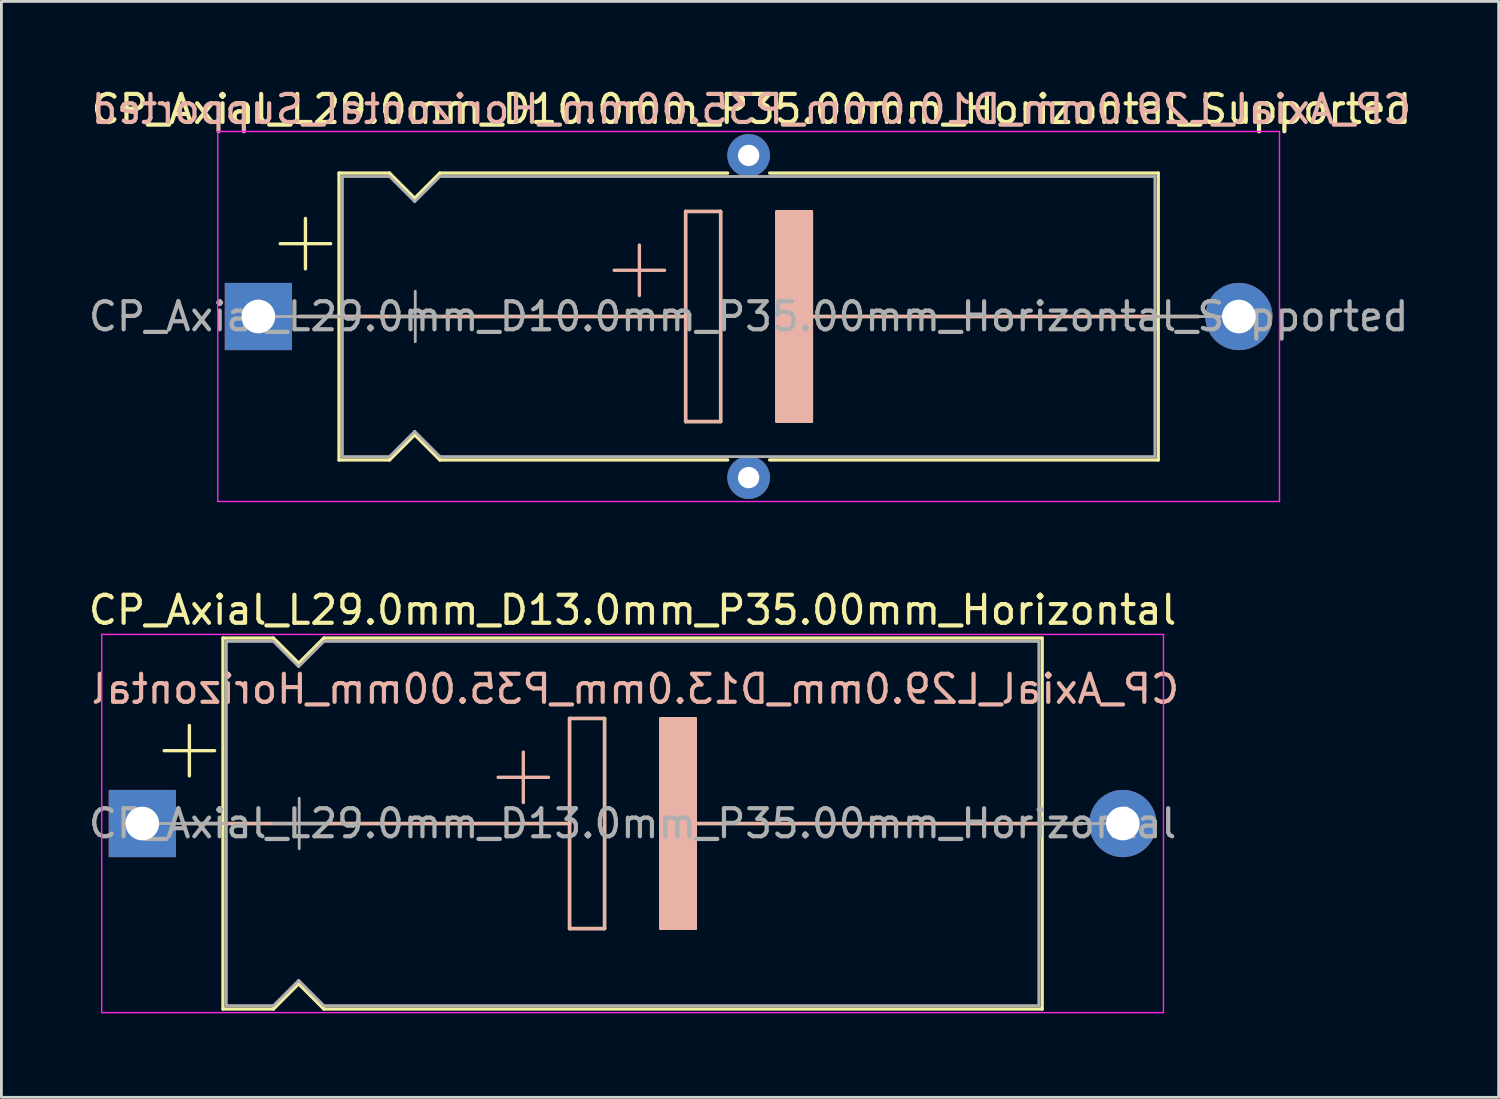
<source format=kicad_pcb>
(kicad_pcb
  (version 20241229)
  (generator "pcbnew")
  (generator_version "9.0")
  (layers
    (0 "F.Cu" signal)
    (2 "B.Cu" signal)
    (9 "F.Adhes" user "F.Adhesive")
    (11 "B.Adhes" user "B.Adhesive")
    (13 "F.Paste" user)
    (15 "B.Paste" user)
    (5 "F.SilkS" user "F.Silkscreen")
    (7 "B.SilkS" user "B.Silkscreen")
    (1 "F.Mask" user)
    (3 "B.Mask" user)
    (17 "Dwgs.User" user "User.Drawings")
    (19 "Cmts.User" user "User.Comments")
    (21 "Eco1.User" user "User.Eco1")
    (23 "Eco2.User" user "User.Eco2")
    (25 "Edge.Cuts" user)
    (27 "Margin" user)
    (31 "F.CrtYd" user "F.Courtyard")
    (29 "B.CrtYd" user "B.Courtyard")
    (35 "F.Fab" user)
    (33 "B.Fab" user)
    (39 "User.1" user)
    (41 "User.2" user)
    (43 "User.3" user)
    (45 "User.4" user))
  (footprint "CP_Axial_L29.0mm_D13.0mm_P35.00mm_Horizontal"
    (layer "F.Cu")
    (at 2.03 26.346)
    (property "Reference" "CP_Axial_L29.0mm_D13.0mm_P35.00mm_Horizontal" (at 17.5 -7.62 0) (layer "F.SilkS") (effects (font (size 1 1) (thickness 0.15))))
    (fp_line (start 0.78 -2.6) (end 2.58 -2.6) (stroke (width 0.12) (type solid)) (layer "F.SilkS"))
    (fp_line (start 1.44 0) (end 2.88 0) (stroke (width 0.12) (type solid)) (layer "F.SilkS"))
    (fp_line (start 1.68 -3.5) (end 1.68 -1.7) (stroke (width 0.12) (type solid)) (layer "F.SilkS"))
    (fp_line (start 2.88 -6.62) (end 2.88 6.62) (stroke (width 0.12) (type solid)) (layer "F.SilkS"))
    (fp_line (start 2.88 -6.62) (end 4.68 -6.62) (stroke (width 0.12) (type solid)) (layer "F.SilkS"))
    (fp_line (start 2.88 0) (end 15.25 0) (stroke (width 0.12) (type solid)) (layer "F.SilkS"))
    (fp_line (start 2.88 6.62) (end 4.68 6.62) (stroke (width 0.12) (type solid)) (layer "F.SilkS"))
    (fp_line (start 4.68 -6.62) (end 5.58 -5.72) (stroke (width 0.12) (type solid)) (layer "F.SilkS"))
    (fp_line (start 4.68 6.62) (end 5.58 5.72) (stroke (width 0.12) (type solid)) (layer "F.SilkS"))
    (fp_line (start 5.58 -5.72) (end 6.48 -6.62) (stroke (width 0.12) (type solid)) (layer "F.SilkS"))
    (fp_line (start 5.58 5.72) (end 6.48 6.62) (stroke (width 0.12) (type solid)) (layer "F.SilkS"))
    (fp_line (start 6.48 -6.62) (end 32.12 -6.62) (stroke (width 0.12) (type solid)) (layer "F.SilkS"))
    (fp_line (start 6.48 6.62) (end 32.12 6.62) (stroke (width 0.12) (type solid)) (layer "F.SilkS"))
    (fp_line (start 15.25 -3.75) (end 16.5 -3.75) (stroke (width 0.12) (type solid)) (layer "F.SilkS"))
    (fp_line (start 15.25 0) (end 15.25 -3.75) (stroke (width 0.12) (type solid)) (layer "F.SilkS"))
    (fp_line (start 15.25 3.75) (end 15.25 0) (stroke (width 0.12) (type solid)) (layer "F.SilkS"))
    (fp_line (start 16.5 -3.75) (end 16.5 3.75) (stroke (width 0.12) (type solid)) (layer "F.SilkS"))
    (fp_line (start 16.5 3.75) (end 15.25 3.75) (stroke (width 0.12) (type solid)) (layer "F.SilkS"))
    (fp_line (start 19.75 0) (end 32.12 0) (stroke (width 0.12) (type solid)) (layer "F.SilkS"))
    (fp_line (start 32.12 -6.62) (end 32.12 6.62) (stroke (width 0.12) (type solid)) (layer "F.SilkS"))
    (fp_line (start 33.56 0) (end 32.12 0) (stroke (width 0.12) (type solid)) (layer "F.SilkS"))
    (fp_poly (pts (xy 19.75 3.75) (xy 18.5 3.75) (xy 18.5 -3.75) (xy 19.75 -3.75)) (stroke (width 0.1) (type solid)) (fill yes) (layer "F.SilkS"))
    (fp_line (start 1.45 0) (end 8.38 0) (stroke (width 0.12) (type solid)) (layer "B.SilkS"))
    (fp_line (start 8.38 0) (end 15.25 0) (stroke (width 0.12) (type solid)) (layer "B.SilkS"))
    (fp_line (start 13.6 -2.55) (end 13.6 -0.75) (stroke (width 0.12) (type solid)) (layer "B.SilkS"))
    (fp_line (start 14.5 -1.65) (end 12.7 -1.65) (stroke (width 0.12) (type solid)) (layer "B.SilkS"))
    (fp_line (start 15.25 -3.75) (end 16.5 -3.75) (stroke (width 0.12) (type solid)) (layer "B.SilkS"))
    (fp_line (start 15.25 0) (end 15.25 -3.75) (stroke (width 0.12) (type solid)) (layer "B.SilkS"))
    (fp_line (start 15.25 3.75) (end 15.25 0) (stroke (width 0.12) (type solid)) (layer "B.SilkS"))
    (fp_line (start 16.5 -3.75) (end 16.5 3.75) (stroke (width 0.12) (type solid)) (layer "B.SilkS"))
    (fp_line (start 16.5 3.75) (end 15.25 3.75) (stroke (width 0.12) (type solid)) (layer "B.SilkS"))
    (fp_line (start 19.75 0) (end 26.62 0) (stroke (width 0.12) (type solid)) (layer "B.SilkS"))
    (fp_line (start 33.55 0) (end 26.62 0) (stroke (width 0.12) (type solid)) (layer "B.SilkS"))
    (fp_poly (pts (xy 19.75 3.75) (xy 18.5 3.75) (xy 18.5 -3.75) (xy 19.75 -3.75)) (stroke (width 0.1) (type solid)) (fill yes) (layer "B.SilkS"))
    (fp_line (start -1.45 -6.75) (end -1.45 6.75) (stroke (width 0.05) (type solid)) (layer "F.CrtYd"))
    (fp_line (start -1.45 6.75) (end 36.45 6.75) (stroke (width 0.05) (type solid)) (layer "F.CrtYd"))
    (fp_line (start 36.45 -6.75) (end -1.45 -6.75) (stroke (width 0.05) (type solid)) (layer "F.CrtYd"))
    (fp_line (start 36.45 6.75) (end 36.45 -6.75) (stroke (width 0.05) (type solid)) (layer "F.CrtYd"))
    (fp_line (start 0 0) (end 3 0) (stroke (width 0.1) (type solid)) (layer "F.Fab"))
    (fp_line (start 3 -6.5) (end 3 6.5) (stroke (width 0.1) (type solid)) (layer "F.Fab"))
    (fp_line (start 3 -6.5) (end 4.68 -6.5) (stroke (width 0.1) (type solid)) (layer "F.Fab"))
    (fp_line (start 3 6.5) (end 4.68 6.5) (stroke (width 0.1) (type solid)) (layer "F.Fab"))
    (fp_line (start 4.68 -6.5) (end 5.58 -5.6) (stroke (width 0.1) (type solid)) (layer "F.Fab"))
    (fp_line (start 4.68 6.5) (end 5.58 5.6) (stroke (width 0.1) (type solid)) (layer "F.Fab"))
    (fp_line (start 4.7 0) (end 6.5 0) (stroke (width 0.1) (type solid)) (layer "F.Fab"))
    (fp_line (start 5.58 -5.6) (end 6.48 -6.5) (stroke (width 0.1) (type solid)) (layer "F.Fab"))
    (fp_line (start 5.58 5.6) (end 6.48 6.5) (stroke (width 0.1) (type solid)) (layer "F.Fab"))
    (fp_line (start 5.6 -0.9) (end 5.6 0.9) (stroke (width 0.1) (type solid)) (layer "F.Fab"))
    (fp_line (start 6.48 -6.5) (end 32 -6.5) (stroke (width 0.1) (type solid)) (layer "F.Fab"))
    (fp_line (start 6.48 6.5) (end 32 6.5) (stroke (width 0.1) (type solid)) (layer "F.Fab"))
    (fp_line (start 32 -6.5) (end 32 6.5) (stroke (width 0.1) (type solid)) (layer "F.Fab"))
    (fp_line (start 35 0) (end 32 0) (stroke (width 0.1) (type solid)) (layer "F.Fab"))
    (fp_text user "${REFERENCE}" (at 17.6 -4.8 0) (layer "B.SilkS") (effects (font (size 1 1) (thickness 0.15)) (justify mirror)))
    (fp_text user "${REFERENCE}" (at 17.5 0 0) (layer "F.Fab") (effects (font (size 1 1) (thickness 0.15))))
    (pad "1" thru_hole rect (at 0 0) (size 2.4 2.4) (drill 1.2) (layers "*.Cu" "*.Mask"))
    (pad "2" thru_hole oval (at 35 0) (size 2.4 2.4) (drill 1.2) (layers "*.Cu" "*.Mask")))
  (footprint "CP_Axial_L29.0mm_D10.0mm_P35.00mm_Horizontal_Supported"
    (layer "F.Cu")
    (at 6.173 8.248)
    (property "Reference" "CP_Axial_L29.0mm_D10.0mm_P35.00mm_Horizontal_Supported" (at 17.6 -7.4 0) (layer "F.SilkS") (effects (font (size 1 1) (thickness 0.15))))
    (fp_line (start 0.78 -2.6) (end 2.58 -2.6) (stroke (width 0.12) (type solid)) (layer "F.SilkS"))
    (fp_line (start 1.44 0) (end 2.88 0) (stroke (width 0.12) (type solid)) (layer "F.SilkS"))
    (fp_line (start 1.68 -3.5) (end 1.68 -1.7) (stroke (width 0.12) (type solid)) (layer "F.SilkS"))
    (fp_line (start 2.88 -5.12) (end 2.88 5.12) (stroke (width 0.12) (type solid)) (layer "F.SilkS"))
    (fp_line (start 2.88 -5.12) (end 4.68 -5.12) (stroke (width 0.12) (type solid)) (layer "F.SilkS"))
    (fp_line (start 2.88 0) (end 15.25 0) (stroke (width 0.12) (type solid)) (layer "F.SilkS"))
    (fp_line (start 2.88 5.12) (end 4.68 5.12) (stroke (width 0.12) (type solid)) (layer "F.SilkS"))
    (fp_line (start 4.68 -5.12) (end 5.58 -4.22) (stroke (width 0.12) (type solid)) (layer "F.SilkS"))
    (fp_line (start 4.68 5.12) (end 5.58 4.22) (stroke (width 0.12) (type solid)) (layer "F.SilkS"))
    (fp_line (start 5.58 -4.22) (end 6.48 -5.12) (stroke (width 0.12) (type solid)) (layer "F.SilkS"))
    (fp_line (start 5.58 4.22) (end 6.48 5.12) (stroke (width 0.12) (type solid)) (layer "F.SilkS"))
    (fp_line (start 6.48 -5.12) (end 16.75 -5.12) (stroke (width 0.12) (type solid)) (layer "F.SilkS"))
    (fp_line (start 6.48 5.12) (end 16.75 5.12) (stroke (width 0.12) (type solid)) (layer "F.SilkS"))
    (fp_line (start 15.25 -3.75) (end 16.5 -3.75) (stroke (width 0.12) (type solid)) (layer "F.SilkS"))
    (fp_line (start 15.25 0) (end 15.25 -3.75) (stroke (width 0.12) (type solid)) (layer "F.SilkS"))
    (fp_line (start 15.25 3.75) (end 15.25 0) (stroke (width 0.12) (type solid)) (layer "F.SilkS"))
    (fp_line (start 16.5 -3.75) (end 16.5 3.75) (stroke (width 0.12) (type solid)) (layer "F.SilkS"))
    (fp_line (start 16.5 3.75) (end 15.25 3.75) (stroke (width 0.12) (type solid)) (layer "F.SilkS"))
    (fp_line (start 18.25 -5.12) (end 32.12 -5.12) (stroke (width 0.12) (type solid)) (layer "F.SilkS"))
    (fp_line (start 18.25 5.12) (end 32.12 5.12) (stroke (width 0.12) (type solid)) (layer "F.SilkS"))
    (fp_line (start 19.75 0) (end 32.131 0) (stroke (width 0.12) (type solid)) (layer "F.SilkS"))
    (fp_line (start 32.12 -5.12) (end 32.12 5.12) (stroke (width 0.12) (type solid)) (layer "F.SilkS"))
    (fp_line (start 33.56 0) (end 32.12 0) (stroke (width 0.12) (type solid)) (layer "F.SilkS"))
    (fp_poly (pts (xy 19.75 3.75) (xy 18.5 3.75) (xy 18.5 -3.75) (xy 19.75 -3.75)) (stroke (width 0.1) (type solid)) (fill yes) (layer "F.SilkS"))
    (fp_line (start 1.45 0) (end 8.38 0) (stroke (width 0.12) (type solid)) (layer "B.SilkS"))
    (fp_line (start 8.38 0) (end 15.25 0) (stroke (width 0.12) (type solid)) (layer "B.SilkS"))
    (fp_line (start 13.6 -2.55) (end 13.6 -0.75) (stroke (width 0.12) (type solid)) (layer "B.SilkS"))
    (fp_line (start 14.5 -1.65) (end 12.7 -1.65) (stroke (width 0.12) (type solid)) (layer "B.SilkS"))
    (fp_line (start 15.25 -3.75) (end 16.5 -3.75) (stroke (width 0.12) (type solid)) (layer "B.SilkS"))
    (fp_line (start 15.25 0) (end 15.25 -3.75) (stroke (width 0.12) (type solid)) (layer "B.SilkS"))
    (fp_line (start 15.25 3.75) (end 15.25 0) (stroke (width 0.12) (type solid)) (layer "B.SilkS"))
    (fp_line (start 16.5 -3.75) (end 16.5 3.75) (stroke (width 0.12) (type solid)) (layer "B.SilkS"))
    (fp_line (start 16.5 3.75) (end 15.25 3.75) (stroke (width 0.12) (type solid)) (layer "B.SilkS"))
    (fp_line (start 19.75 0) (end 26.62 0) (stroke (width 0.12) (type solid)) (layer "B.SilkS"))
    (fp_line (start 33.55 0) (end 26.62 0) (stroke (width 0.12) (type solid)) (layer "B.SilkS"))
    (fp_poly (pts (xy 19.75 3.75) (xy 18.5 3.75) (xy 18.5 -3.75) (xy 19.75 -3.75)) (stroke (width 0.1) (type solid)) (fill yes) (layer "B.SilkS"))
    (fp_line (start -1.45 -6.604) (end -1.45 6.604) (stroke (width 0.05) (type solid)) (layer "F.CrtYd"))
    (fp_line (start -1.45 6.604) (end 36.45 6.604) (stroke (width 0.05) (type solid)) (layer "F.CrtYd"))
    (fp_line (start 36.449 6.604) (end 36.449 -6.604) (stroke (width 0.05) (type solid)) (layer "F.CrtYd"))
    (fp_line (start 36.45 -6.604) (end -1.45 -6.604) (stroke (width 0.05) (type solid)) (layer "F.CrtYd"))
    (fp_line (start 0 0) (end 3 0) (stroke (width 0.1) (type solid)) (layer "F.Fab"))
    (fp_line (start 3 -5) (end 3 5) (stroke (width 0.1) (type solid)) (layer "F.Fab"))
    (fp_line (start 3 -5) (end 4.68 -5) (stroke (width 0.1) (type solid)) (layer "F.Fab"))
    (fp_line (start 3 5) (end 4.68 5) (stroke (width 0.1) (type solid)) (layer "F.Fab"))
    (fp_line (start 4.68 -5) (end 5.58 -4.1) (stroke (width 0.1) (type solid)) (layer "F.Fab"))
    (fp_line (start 4.68 5) (end 5.58 4.1) (stroke (width 0.1) (type solid)) (layer "F.Fab"))
    (fp_line (start 4.7 0) (end 6.5 0) (stroke (width 0.1) (type solid)) (layer "F.Fab"))
    (fp_line (start 5.58 -4.1) (end 6.48 -5) (stroke (width 0.1) (type solid)) (layer "F.Fab"))
    (fp_line (start 5.58 4.1) (end 6.48 5) (stroke (width 0.1) (type solid)) (layer "F.Fab"))
    (fp_line (start 5.6 -0.9) (end 5.6 0.9) (stroke (width 0.1) (type solid)) (layer "F.Fab"))
    (fp_line (start 6.48 -5) (end 32 -5) (stroke (width 0.1) (type solid)) (layer "F.Fab"))
    (fp_line (start 6.48 5) (end 32 5) (stroke (width 0.1) (type solid)) (layer "F.Fab"))
    (fp_line (start 32 -5) (end 32 5) (stroke (width 0.1) (type solid)) (layer "F.Fab"))
    (fp_line (start 35 0) (end 32 0) (stroke (width 0.1) (type solid)) (layer "F.Fab"))
    (fp_text user "${REFERENCE}" (at 17.6 -7.4 0) (layer "B.SilkS") (effects (font (size 1 1) (thickness 0.15)) (justify mirror)))
    (fp_text user "${REFERENCE}" (at 17.5 0 0) (layer "F.Fab") (effects (font (size 1 1) (thickness 0.15))))
    (pad "" thru_hole circle (at 17.5 -5.75) (size 1.524 1.524) (drill 0.762) (layers "*.Cu" "*.Mask"))
    (pad "" thru_hole circle (at 17.5 5.75) (size 1.524 1.524) (drill 0.762) (layers "*.Cu" "*.Mask"))
    (pad "1" thru_hole rect (at 0 0) (size 2.4 2.4) (drill 1.2) (layers "*.Cu" "*.Mask"))
    (pad "2" thru_hole oval (at 35 0) (size 2.4 2.4) (drill 1.2) (layers "*.Cu" "*.Mask")))
  (gr_rect
    (start -3 -3)
    (end 50.445 36.12)
    (stroke (width 0.1) (type default))
    (fill no)
    (layer "Edge.Cuts")))
</source>
